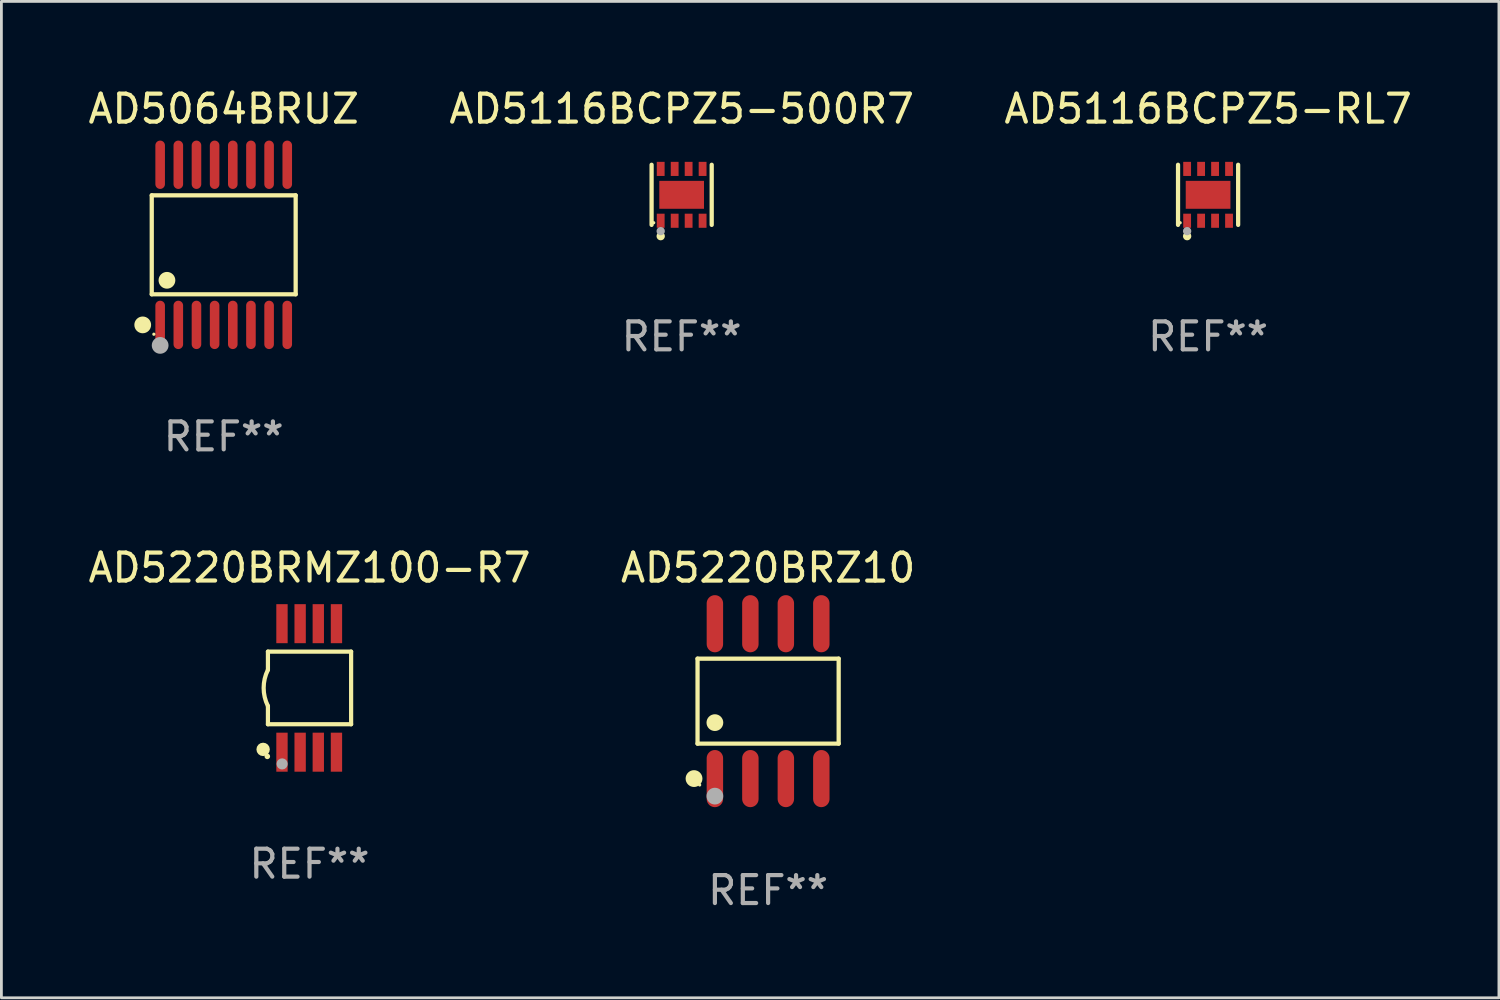
<source format=kicad_pcb>
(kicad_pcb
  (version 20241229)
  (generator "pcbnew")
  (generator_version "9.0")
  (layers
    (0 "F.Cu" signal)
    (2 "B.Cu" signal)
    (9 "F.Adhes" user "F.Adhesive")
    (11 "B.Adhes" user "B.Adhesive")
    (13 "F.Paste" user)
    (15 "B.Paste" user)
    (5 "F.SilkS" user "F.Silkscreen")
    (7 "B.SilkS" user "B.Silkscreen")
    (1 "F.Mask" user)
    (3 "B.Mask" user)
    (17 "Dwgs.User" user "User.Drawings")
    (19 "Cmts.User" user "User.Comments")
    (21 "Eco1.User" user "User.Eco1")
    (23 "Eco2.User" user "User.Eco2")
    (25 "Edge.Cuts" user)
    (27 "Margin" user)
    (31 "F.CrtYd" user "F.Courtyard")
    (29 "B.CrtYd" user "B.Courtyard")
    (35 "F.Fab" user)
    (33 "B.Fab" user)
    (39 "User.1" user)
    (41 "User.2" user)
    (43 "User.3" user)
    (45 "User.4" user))
  (footprint "AD5220BRZ10"
    (layer "F.Cu")
    (at 24.446 22.049)
    (property "Reference" "AD5220BRZ10" (at 0 -4.772 0) (layer "F.SilkS") (effects (font (size 1 1) (thickness 0.15))))
    (attr through_hole)
    (fp_line (start -2.526 -1.521) (end 2.526 -1.521) (stroke (width 0.152) (type solid)) (layer "F.SilkS"))
    (fp_line (start -2.526 1.521) (end -2.526 -1.521) (stroke (width 0.152) (type solid)) (layer "F.SilkS"))
    (fp_line (start 2.526 -1.521) (end 2.526 1.521) (stroke (width 0.152) (type solid)) (layer "F.SilkS"))
    (fp_line (start 2.526 1.521) (end -2.526 1.521) (stroke (width 0.152) (type solid)) (layer "F.SilkS"))
    (fp_circle (center -2.652 2.772) (end -2.501 2.772) (stroke (width 0.3) (type solid)) (fill no) (layer "F.SilkS"))
    (fp_circle (center -2.45 3) (end -2.42 3) (stroke (width 0.06) (type solid)) (fill no) (layer "F.SilkS"))
    (fp_circle (center -1.905 0.769) (end -1.755 0.769) (stroke (width 0.3) (type solid)) (fill no) (layer "F.SilkS"))
    (fp_circle (center -1.905 3.4) (end -1.755 3.4) (stroke (width 0.3) (type solid)) (fill no) (layer "F.Fab"))
    (fp_text user "REF**" (at 0 6.772 0) (layer "F.Fab") (effects (font (size 1 1) (thickness 0.15))))
    (pad "1" smd oval (at -1.905 2.772) (size 0.588 2.045) (layers "F.Cu" "F.Mask" "F.Paste"))
    (pad "2" smd oval (at -0.635 2.772) (size 0.588 2.045) (layers "F.Cu" "F.Mask" "F.Paste"))
    (pad "3" smd oval (at 0.635 2.772) (size 0.588 2.045) (layers "F.Cu" "F.Mask" "F.Paste"))
    (pad "4" smd oval (at 1.905 2.772) (size 0.588 2.045) (layers "F.Cu" "F.Mask" "F.Paste"))
    (pad "5" smd oval (at 1.905 -2.772) (size 0.588 2.045) (layers "F.Cu" "F.Mask" "F.Paste"))
    (pad "6" smd oval (at 0.635 -2.772) (size 0.588 2.045) (layers "F.Cu" "F.Mask" "F.Paste"))
    (pad "7" smd oval (at -0.635 -2.772) (size 0.588 2.045) (layers "F.Cu" "F.Mask" "F.Paste"))
    (pad "8" smd oval (at -1.905 -2.772) (size 0.588 2.045) (layers "F.Cu" "F.Mask" "F.Paste")))
  (footprint "AD5116BCPZ5-RL7"
    (layer "F.Cu")
    (at 40.196 3.924)
    (property "Reference" "AD5116BCPZ5-RL7" (at 0 -3.076 0) (layer "F.SilkS") (effects (font (size 1 1) (thickness 0.15))))
    (attr through_hole)
    (fp_line (start -1.076 1.076) (end -1.076 -1.076) (stroke (width 0.152) (type solid)) (layer "F.SilkS"))
    (fp_line (start 1.076 1.076) (end 1.076 -1.076) (stroke (width 0.152) (type solid)) (layer "F.SilkS"))
    (fp_circle (center -1 1) (end -0.97 1) (stroke (width 0.06) (type solid)) (fill no) (layer "F.SilkS"))
    (fp_circle (center -0.75 1.48) (end -0.675 1.48) (stroke (width 0.15) (type solid)) (fill no) (layer "F.SilkS"))
    (fp_circle (center -0.75 1.3) (end -0.675 1.3) (stroke (width 0.15) (type solid)) (fill no) (layer "F.Fab"))
    (fp_text user "REF**" (at 0 5.076 0) (layer "F.Fab") (effects (font (size 1 1) (thickness 0.15))))
    (pad "1" smd rect (at -0.75 0.928) (size 0.28 0.505) (layers "F.Cu" "F.Mask" "F.Paste"))
    (pad "2" smd rect (at -0.25 0.928) (size 0.28 0.505) (layers "F.Cu" "F.Mask" "F.Paste"))
    (pad "3" smd rect (at 0.25 0.928) (size 0.28 0.505) (layers "F.Cu" "F.Mask" "F.Paste"))
    (pad "4" smd rect (at 0.75 0.928) (size 0.28 0.505) (layers "F.Cu" "F.Mask" "F.Paste"))
    (pad "5" smd rect (at 0.75 -0.928) (size 0.28 0.505) (layers "F.Cu" "F.Mask" "F.Paste"))
    (pad "6" smd rect (at 0.25 -0.928) (size 0.28 0.505) (layers "F.Cu" "F.Mask" "F.Paste"))
    (pad "7" smd rect (at -0.25 -0.928) (size 0.28 0.505) (layers "F.Cu" "F.Mask" "F.Paste"))
    (pad "8" smd rect (at -0.75 -0.928) (size 0.28 0.505) (layers "F.Cu" "F.Mask" "F.Paste"))
    (pad "9" smd rect (at 0 0) (size 1.6 1) (layers "F.Cu" "F.Mask" "F.Paste")))
  (footprint "AD5064BRUZ"
    (layer "F.Cu")
    (at 4.958 5.714)
    (property "Reference" "AD5064BRUZ" (at 0 -4.866 0) (layer "F.SilkS") (effects (font (size 1 1) (thickness 0.15))))
    (attr through_hole)
    (fp_line (start -2.576 -1.772) (end 2.576 -1.772) (stroke (width 0.152) (type solid)) (layer "F.SilkS"))
    (fp_line (start -2.576 1.771) (end -2.576 -1.772) (stroke (width 0.152) (type solid)) (layer "F.SilkS"))
    (fp_line (start 2.576 -1.772) (end 2.576 1.771) (stroke (width 0.152) (type solid)) (layer "F.SilkS"))
    (fp_line (start 2.576 1.771) (end -2.576 1.771) (stroke (width 0.152) (type solid)) (layer "F.SilkS"))
    (fp_circle (center -2.899 2.866) (end -2.749 2.866) (stroke (width 0.3) (type solid)) (fill no) (layer "F.SilkS"))
    (fp_circle (center -2.5 3.2) (end -2.47 3.2) (stroke (width 0.06) (type solid)) (fill no) (layer "F.SilkS"))
    (fp_circle (center -2.032 1.27) (end -1.882 1.27) (stroke (width 0.3) (type solid)) (fill no) (layer "F.SilkS"))
    (fp_circle (center -2.275 3.6) (end -2.125 3.6) (stroke (width 0.3) (type solid)) (fill no) (layer "F.Fab"))
    (fp_text user "REF**" (at 0 6.866 0) (layer "F.Fab") (effects (font (size 1 1) (thickness 0.15))))
    (pad "1" smd oval (at -2.275 2.866) (size 0.343 1.731) (layers "F.Cu" "F.Mask" "F.Paste"))
    (pad "2" smd oval (at -1.625 2.866) (size 0.343 1.731) (layers "F.Cu" "F.Mask" "F.Paste"))
    (pad "3" smd oval (at -0.975 2.866) (size 0.343 1.731) (layers "F.Cu" "F.Mask" "F.Paste"))
    (pad "4" smd oval (at -0.325 2.866) (size 0.343 1.731) (layers "F.Cu" "F.Mask" "F.Paste"))
    (pad "5" smd oval (at 0.325 2.866) (size 0.343 1.731) (layers "F.Cu" "F.Mask" "F.Paste"))
    (pad "6" smd oval (at 0.975 2.866) (size 0.343 1.731) (layers "F.Cu" "F.Mask" "F.Paste"))
    (pad "7" smd oval (at 1.625 2.866) (size 0.343 1.731) (layers "F.Cu" "F.Mask" "F.Paste"))
    (pad "8" smd oval (at 2.275 2.866) (size 0.343 1.731) (layers "F.Cu" "F.Mask" "F.Paste"))
    (pad "9" smd oval (at 2.275 -2.866) (size 0.343 1.731) (layers "F.Cu" "F.Mask" "F.Paste"))
    (pad "10" smd oval (at 1.625 -2.866) (size 0.343 1.731) (layers "F.Cu" "F.Mask" "F.Paste"))
    (pad "11" smd oval (at 0.975 -2.866) (size 0.343 1.731) (layers "F.Cu" "F.Mask" "F.Paste"))
    (pad "12" smd oval (at 0.325 -2.866) (size 0.343 1.731) (layers "F.Cu" "F.Mask" "F.Paste"))
    (pad "13" smd oval (at -0.325 -2.866) (size 0.343 1.731) (layers "F.Cu" "F.Mask" "F.Paste"))
    (pad "14" smd oval (at -0.975 -2.866) (size 0.343 1.731) (layers "F.Cu" "F.Mask" "F.Paste"))
    (pad "15" smd oval (at -1.625 -2.866) (size 0.343 1.731) (layers "F.Cu" "F.Mask" "F.Paste"))
    (pad "16" smd oval (at -2.275 -2.866) (size 0.343 1.731) (layers "F.Cu" "F.Mask" "F.Paste")))
  (footprint "AD5116BCPZ5-500R7"
    (layer "F.Cu")
    (at 21.351 3.924)
    (property "Reference" "AD5116BCPZ5-500R7" (at 0 -3.076 0) (layer "F.SilkS") (effects (font (size 1 1) (thickness 0.15))))
    (attr through_hole)
    (fp_line (start -1.076 1.076) (end -1.076 -1.076) (stroke (width 0.152) (type solid)) (layer "F.SilkS"))
    (fp_line (start 1.076 1.076) (end 1.076 -1.076) (stroke (width 0.152) (type solid)) (layer "F.SilkS"))
    (fp_circle (center -1 1) (end -0.97 1) (stroke (width 0.06) (type solid)) (fill no) (layer "F.SilkS"))
    (fp_circle (center -0.75 1.48) (end -0.675 1.48) (stroke (width 0.15) (type solid)) (fill no) (layer "F.SilkS"))
    (fp_circle (center -0.75 1.3) (end -0.675 1.3) (stroke (width 0.15) (type solid)) (fill no) (layer "F.Fab"))
    (fp_text user "REF**" (at 0 5.076 0) (layer "F.Fab") (effects (font (size 1 1) (thickness 0.15))))
    (pad "1" smd rect (at -0.75 0.928) (size 0.28 0.505) (layers "F.Cu" "F.Mask" "F.Paste"))
    (pad "2" smd rect (at -0.25 0.928) (size 0.28 0.505) (layers "F.Cu" "F.Mask" "F.Paste"))
    (pad "3" smd rect (at 0.25 0.928) (size 0.28 0.505) (layers "F.Cu" "F.Mask" "F.Paste"))
    (pad "4" smd rect (at 0.75 0.928) (size 0.28 0.505) (layers "F.Cu" "F.Mask" "F.Paste"))
    (pad "5" smd rect (at 0.75 -0.928) (size 0.28 0.505) (layers "F.Cu" "F.Mask" "F.Paste"))
    (pad "6" smd rect (at 0.25 -0.928) (size 0.28 0.505) (layers "F.Cu" "F.Mask" "F.Paste"))
    (pad "7" smd rect (at -0.25 -0.928) (size 0.28 0.505) (layers "F.Cu" "F.Mask" "F.Paste"))
    (pad "8" smd rect (at -0.75 -0.928) (size 0.28 0.505) (layers "F.Cu" "F.Mask" "F.Paste"))
    (pad "9" smd rect (at 0 0) (size 1.6 1) (layers "F.Cu" "F.Mask" "F.Paste")))
  (footprint "AD5220BRMZ100-R7"
    (layer "F.Cu")
    (at 8.03 21.576)
    (property "Reference" "AD5220BRMZ100-R7" (at 0 -4.3 0) (layer "F.SilkS") (effects (font (size 1 1) (thickness 0.15))))
    (attr through_hole)
    (fp_line (start -1.489 -1.3) (end -1.489 -0.648) (stroke (width 0.15) (type solid)) (layer "F.SilkS"))
    (fp_line (start -1.489 0.648) (end -1.489 1.3) (stroke (width 0.15) (type solid)) (layer "F.SilkS"))
    (fp_line (start -1.489 1.3) (end 1.489 1.3) (stroke (width 0.15) (type solid)) (layer "F.SilkS"))
    (fp_line (start 1.489 -1.3) (end -1.489 -1.3) (stroke (width 0.15) (type solid)) (layer "F.SilkS"))
    (fp_line (start 1.489 1.3) (end 1.489 -1.3) (stroke (width 0.15) (type solid)) (layer "F.SilkS"))
    (fp_arc (start -1.489205 0.647702) (mid -1.642107 0) (end -1.489205 -0.647701) (stroke (width 0.150013) (type solid)) (layer "F.SilkS"))
    (fp_circle (center -1.661 2.2) (end -1.541 2.2) (stroke (width 0.24) (type solid)) (fill no) (layer "F.SilkS"))
    (fp_circle (center -1.511 2.45) (end -1.461 2.45) (stroke (width 0.1) (type solid)) (fill no) (layer "F.SilkS"))
    (fp_circle (center -0.981 2.72) (end -0.881 2.72) (stroke (width 0.2) (type solid)) (fill no) (layer "F.Fab"))
    (fp_text user "REF**" (at 0 6.3 0) (layer "F.Fab") (effects (font (size 1 1) (thickness 0.15))))
    (pad "1" smd rect (at -0.986 2.3) (size 0.406 1.397) (layers "F.Cu" "F.Mask" "F.Paste"))
    (pad "2" smd rect (at -0.336 2.3) (size 0.406 1.397) (layers "F.Cu" "F.Mask" "F.Paste"))
    (pad "3" smd rect (at 0.314 2.3) (size 0.406 1.397) (layers "F.Cu" "F.Mask" "F.Paste"))
    (pad "4" smd rect (at 0.964 2.3) (size 0.406 1.397) (layers "F.Cu" "F.Mask" "F.Paste"))
    (pad "5" smd rect (at 0.964 -2.3) (size 0.406 1.397) (layers "F.Cu" "F.Mask" "F.Paste"))
    (pad "6" smd rect (at 0.314 -2.3) (size 0.406 1.397) (layers "F.Cu" "F.Mask" "F.Paste"))
    (pad "7" smd rect (at -0.336 -2.3) (size 0.406 1.397) (layers "F.Cu" "F.Mask" "F.Paste"))
    (pad "8" smd rect (at -0.986 -2.3) (size 0.406 1.397) (layers "F.Cu" "F.Mask" "F.Paste")))
  (gr_rect
    (start -3 -3)
    (end 50.607 32.669)
    (stroke (width 0.1) (type default))
    (fill no)
    (layer "Edge.Cuts")))
</source>
